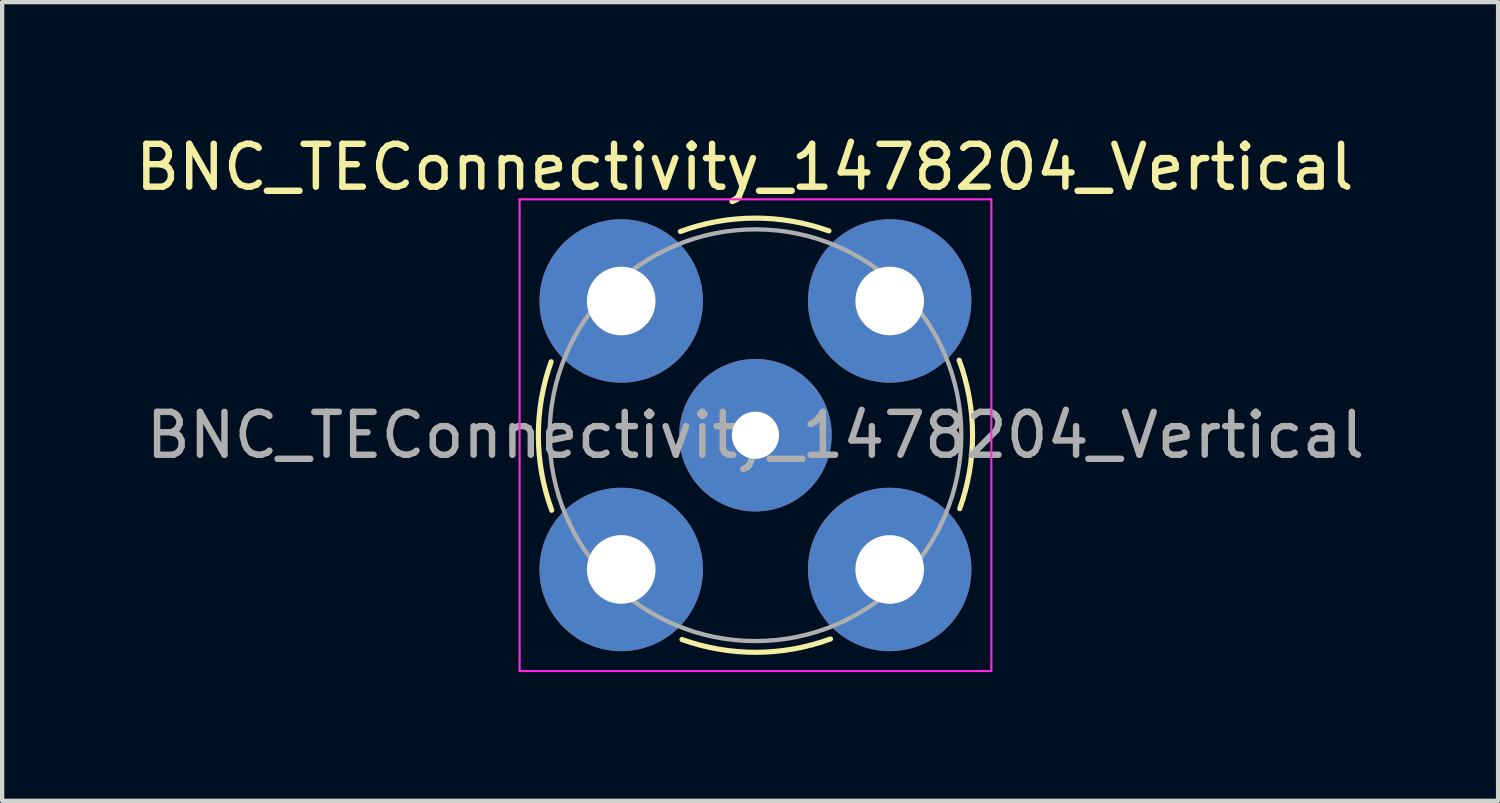
<source format=kicad_pcb>
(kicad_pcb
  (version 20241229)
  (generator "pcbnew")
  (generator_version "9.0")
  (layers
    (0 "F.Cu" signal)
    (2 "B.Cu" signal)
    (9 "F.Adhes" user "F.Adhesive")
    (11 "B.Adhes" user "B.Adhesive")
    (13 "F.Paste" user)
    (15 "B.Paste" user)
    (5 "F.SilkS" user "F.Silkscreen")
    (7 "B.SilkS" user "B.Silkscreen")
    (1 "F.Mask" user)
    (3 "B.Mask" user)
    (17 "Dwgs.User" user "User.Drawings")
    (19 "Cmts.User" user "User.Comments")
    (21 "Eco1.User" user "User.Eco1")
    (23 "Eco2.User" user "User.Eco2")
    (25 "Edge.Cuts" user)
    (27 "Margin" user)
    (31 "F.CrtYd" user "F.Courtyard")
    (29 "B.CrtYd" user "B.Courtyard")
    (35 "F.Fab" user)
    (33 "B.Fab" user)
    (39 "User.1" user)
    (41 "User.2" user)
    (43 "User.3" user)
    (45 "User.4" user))
  (footprint "BNC_TEConnectivity_1478204_Vertical"
    (layer "F.Cu")
    (at 14.565 7.098)
    (property "Reference" "BNC_TEConnectivity_1478204_Vertical" (at -0.25 -6.25 0) (layer "F.SilkS") (effects (font (size 1 1) (thickness 0.15))))
    (attr through_hole)
    (fp_arc (start -4.75 1.75) (mid -5.062075 0.019867) (end -4.763589 -1.712663) (stroke (width 0.12) (type solid)) (layer "F.SilkS"))
    (fp_arc (start -1.75 -4.75) (mid -0.019867 -5.062075) (end 1.712663 -4.763589) (stroke (width 0.12) (type solid)) (layer "F.SilkS"))
    (fp_arc (start 1.75 4.75) (mid 0.019867 5.062075) (end -1.712663 4.763589) (stroke (width 0.12) (type solid)) (layer "F.SilkS"))
    (fp_arc (start 4.75 -1.75) (mid 5.062075 -0.019867) (end 4.763589 1.712663) (stroke (width 0.12) (type solid)) (layer "F.SilkS"))
    (fp_line (start -5.5 -5.5) (end 5.5 -5.5) (stroke (width 0.05) (type solid)) (layer "F.CrtYd"))
    (fp_line (start -5.5 5.5) (end -5.5 -5.5) (stroke (width 0.05) (type solid)) (layer "F.CrtYd"))
    (fp_line (start 5.5 -5.5) (end 5.5 5.5) (stroke (width 0.05) (type solid)) (layer "F.CrtYd"))
    (fp_line (start 5.5 5.5) (end -5.5 5.5) (stroke (width 0.05) (type solid)) (layer "F.CrtYd"))
    (fp_circle (center 0 0) (end 4.8 0) (stroke (width 0.1) (type solid)) (fill no) (layer "F.Fab"))
    (fp_text user "${REFERENCE}" (at 0 0 0) (layer "F.Fab") (effects (font (size 1 1) (thickness 0.15))))
    (pad "1" thru_hole circle (at 0 0) (size 3.556 3.556) (drill 1.1) (layers "*.Cu" "*.Mask"))
    (pad "2" thru_hole circle (at -3.13 -3.13) (size 3.81 3.81) (drill 1.6) (layers "*.Cu" "*.Mask"))
    (pad "2" thru_hole circle (at -3.13 3.13) (size 3.81 3.81) (drill 1.6) (layers "*.Cu" "*.Mask"))
    (pad "2" thru_hole circle (at 3.13 -3.13) (size 3.81 3.81) (drill 1.6) (layers "*.Cu" "*.Mask"))
    (pad "2" thru_hole circle (at 3.13 3.13) (size 3.81 3.81) (drill 1.6) (layers "*.Cu" "*.Mask")))
  (gr_rect
    (start -3 -3)
    (end 31.881 15.623)
    (stroke (width 0.1) (type default))
    (fill no)
    (layer "Edge.Cuts")))
</source>
